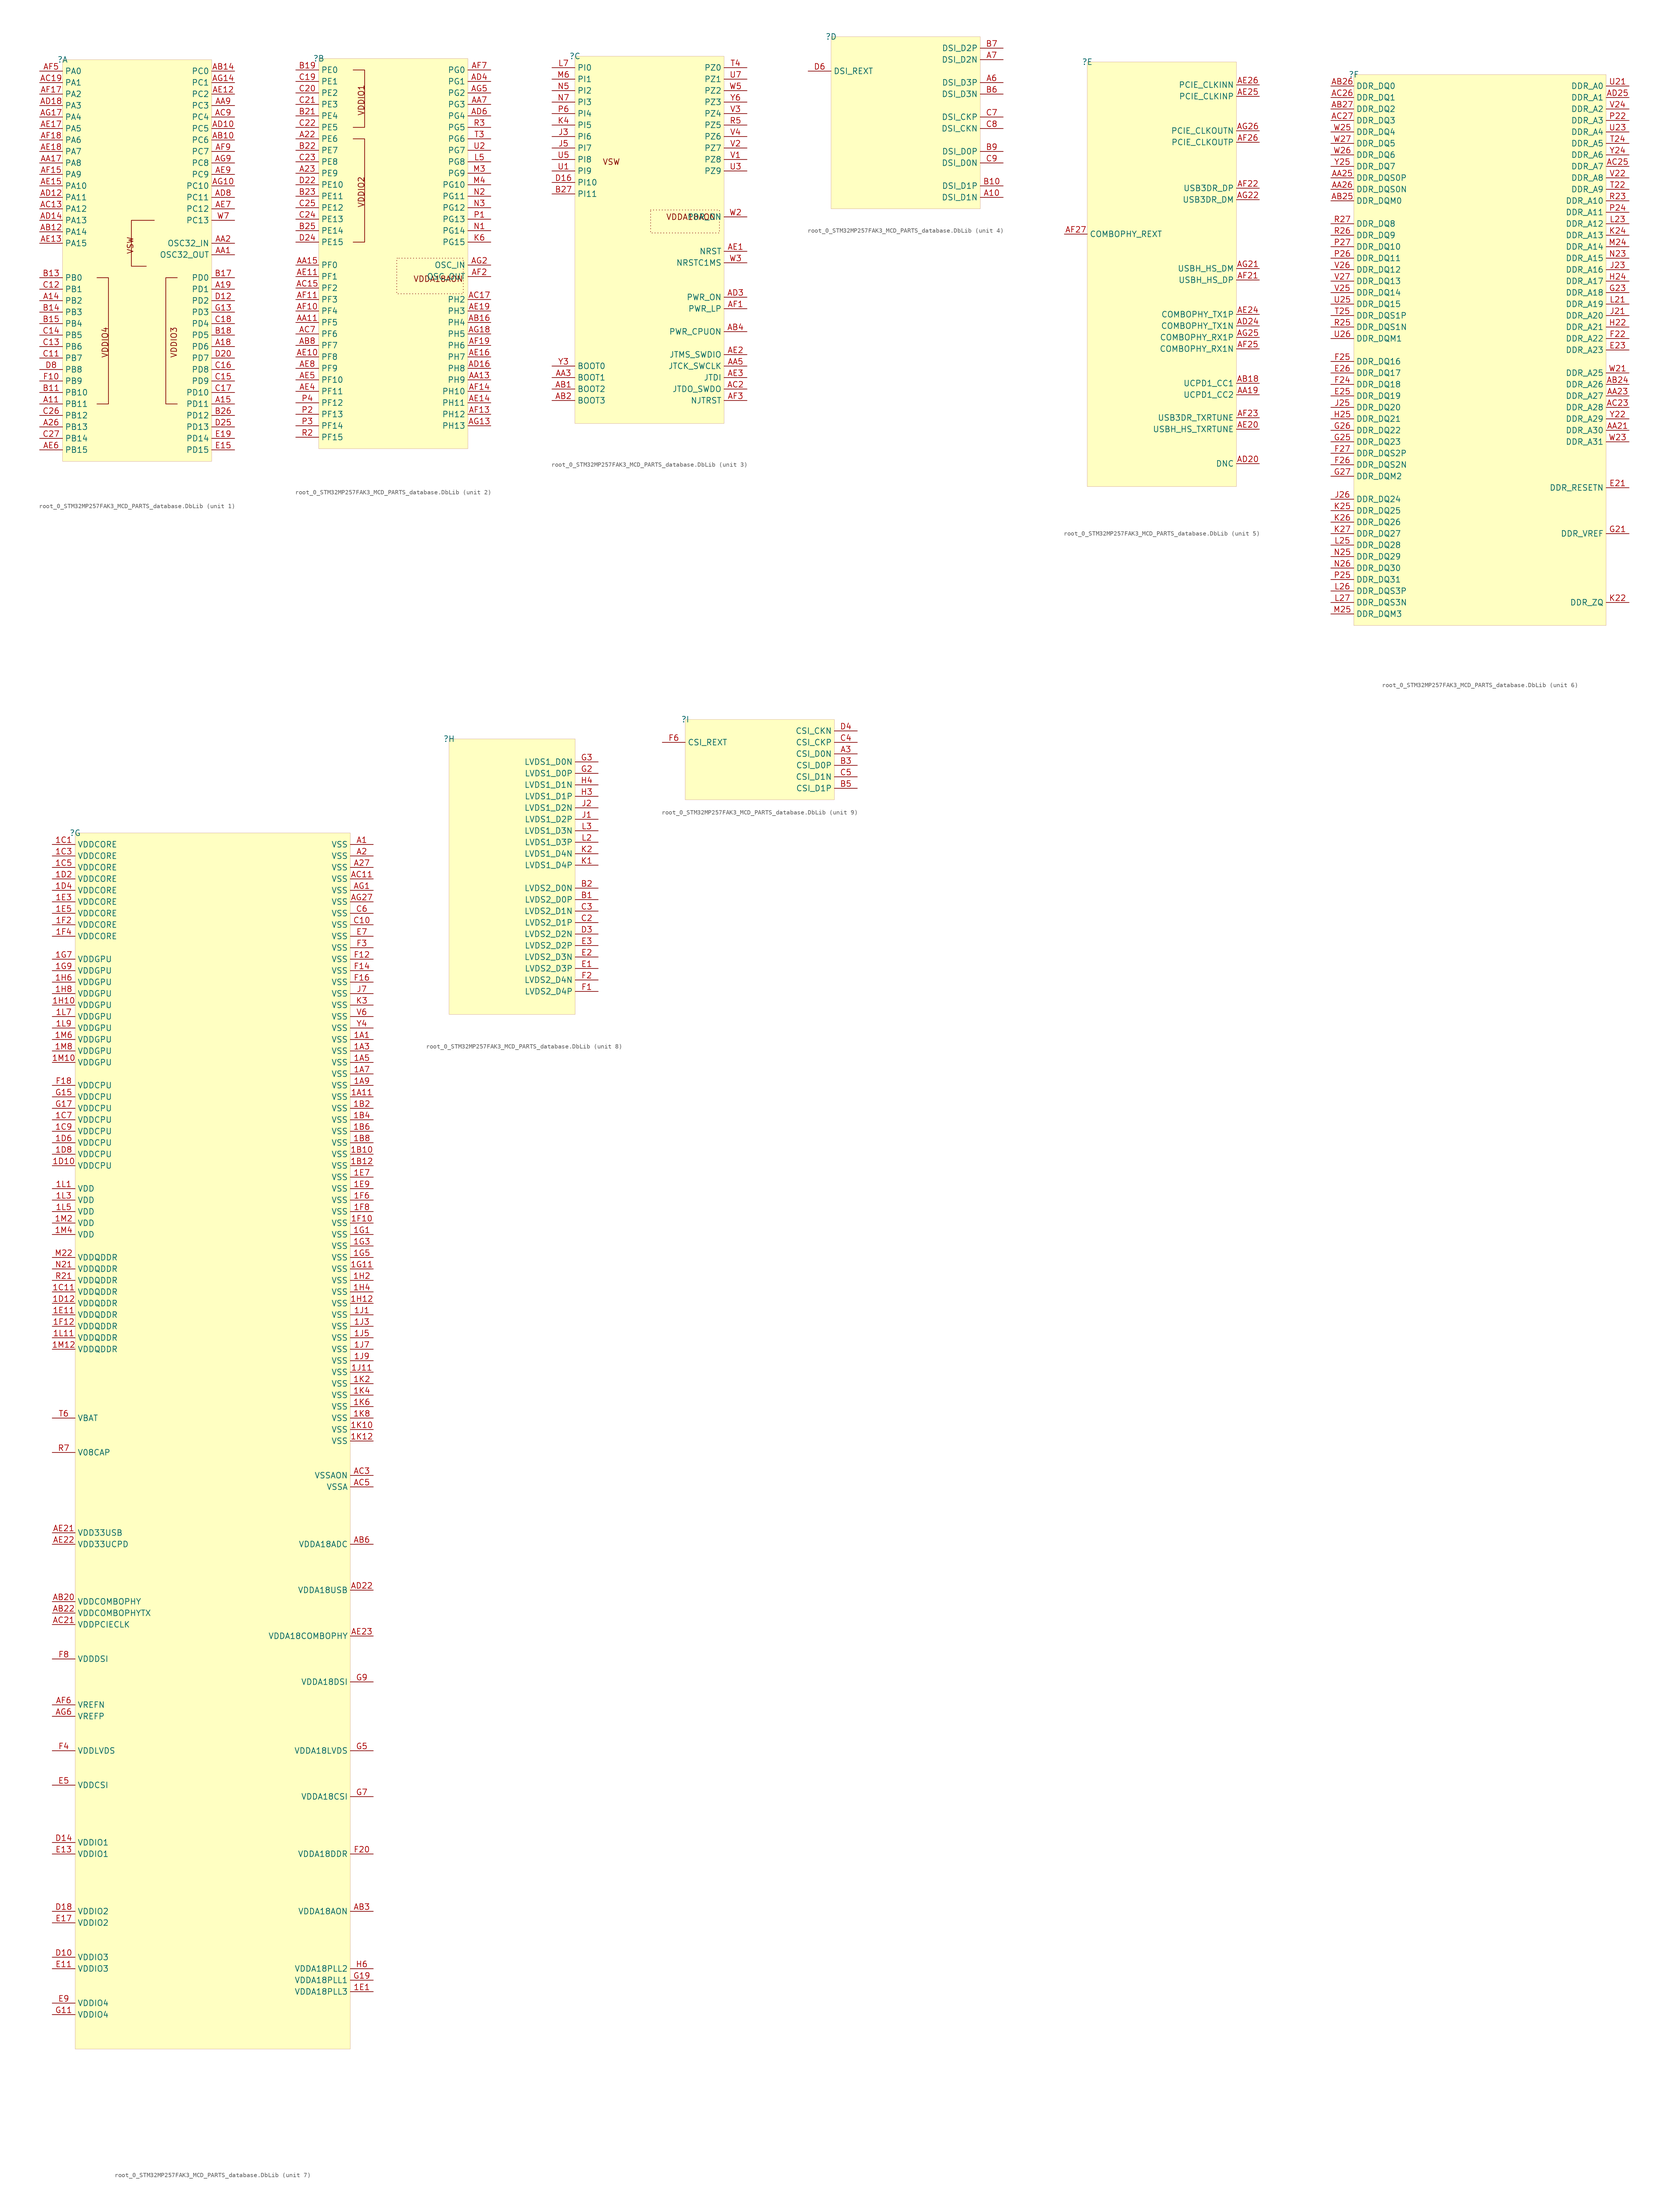
<source format=kicad_sym>
(kicad_symbol_lib
  (version 20241209)
  (generator "kicad_symbol_editor")
  (generator_version "9.0")
  (symbol "root_0_STM32MP257FAK3_MCD_PARTS_database.DbLib"
    (property "Reference" ""
      (at 0 0 0)
      (effects (font (size 1.27 1.27))))
    (property "Value" ""
      (at 0 0 0)
      (effects (font (size 1.27 1.27))))
    (symbol "root_0_STM32MP257FAK3_MCD_PARTS_database.DbLib_1_0"
      (polyline (pts (xy 7.62 -48.26) (xy 10.16 -48.26) (xy 10.16 -76.2) (xy 7.62 -76.2)) (stroke (width 0) (type solid)) (fill (type none)))
      (polyline (pts (xy 20.32 -35.56) (xy 15.24 -35.56) (xy 15.24 -45.72) (xy 18.542 -45.72)) (stroke (width 0) (type solid)) (fill (type none)))
      (polyline (pts (xy 25.4 -48.26) (xy 22.86 -48.26) (xy 22.86 -76.2) (xy 25.4 -76.2)) (stroke (width 0) (type solid)) (fill (type none)))
      (rectangle (start 33.02 0) (end 0 -88.9) (stroke (width 0.025) (type solid) (color 128 0 0 1)) (fill (type background)))
      (text "VDDIO4" (at 10.16 -66.04 900) (effects (font (size 1.27 1.27)) (justify left bottom)))
      (text "VSW" (at 15.748 -39.116 900) (effects (font (size 1.27 1.27)) (justify right bottom)))
      (text "VDDIO3" (at 25.4 -66.04 900) (effects (font (size 1.27 1.27)) (justify left bottom)))
      (pin passive line (at -5.08 -2.54 0) (length 5.08) (name "PA0" (effects (font (size 1.27 1.27)))) (number "AF5" (effects (font (size 1.27 1.27)))))
      (pin passive line (at -5.08 -5.08 0) (length 5.08) (name "PA1" (effects (font (size 1.27 1.27)))) (number "AC19" (effects (font (size 1.27 1.27)))))
      (pin passive line (at -5.08 -7.62 0) (length 5.08) (name "PA2" (effects (font (size 1.27 1.27)))) (number "AF17" (effects (font (size 1.27 1.27)))))
      (pin passive line (at -5.08 -10.16 0) (length 5.08) (name "PA3" (effects (font (size 1.27 1.27)))) (number "AD18" (effects (font (size 1.27 1.27)))))
      (pin passive line (at -5.08 -12.7 0) (length 5.08) (name "PA4" (effects (font (size 1.27 1.27)))) (number "AG17" (effects (font (size 1.27 1.27)))))
      (pin passive line (at -5.08 -15.24 0) (length 5.08) (name "PA5" (effects (font (size 1.27 1.27)))) (number "AE17" (effects (font (size 1.27 1.27)))))
      (pin passive line (at -5.08 -17.78 0) (length 5.08) (name "PA6" (effects (font (size 1.27 1.27)))) (number "AF18" (effects (font (size 1.27 1.27)))))
      (pin passive line (at -5.08 -20.32 0) (length 5.08) (name "PA7" (effects (font (size 1.27 1.27)))) (number "AE18" (effects (font (size 1.27 1.27)))))
      (pin passive line (at -5.08 -22.86 0) (length 5.08) (name "PA8" (effects (font (size 1.27 1.27)))) (number "AA17" (effects (font (size 1.27 1.27)))))
      (pin passive line (at -5.08 -25.4 0) (length 5.08) (name "PA9" (effects (font (size 1.27 1.27)))) (number "AF15" (effects (font (size 1.27 1.27)))))
      (pin passive line (at -5.08 -27.94 0) (length 5.08) (name "PA10" (effects (font (size 1.27 1.27)))) (number "AE15" (effects (font (size 1.27 1.27)))))
      (pin passive line (at -5.08 -30.48 0) (length 5.08) (name "PA11" (effects (font (size 1.27 1.27)))) (number "AD12" (effects (font (size 1.27 1.27)))))
      (pin passive line (at -5.08 -33.02 0) (length 5.08) (name "PA12" (effects (font (size 1.27 1.27)))) (number "AC13" (effects (font (size 1.27 1.27)))))
      (pin passive line (at -5.08 -35.56 0) (length 5.08) (name "PA13" (effects (font (size 1.27 1.27)))) (number "AD14" (effects (font (size 1.27 1.27)))))
      (pin passive line (at -5.08 -38.1 0) (length 5.08) (name "PA14" (effects (font (size 1.27 1.27)))) (number "AB12" (effects (font (size 1.27 1.27)))))
      (pin passive line (at -5.08 -40.64 0) (length 5.08) (name "PA15" (effects (font (size 1.27 1.27)))) (number "AE13" (effects (font (size 1.27 1.27)))))
      (pin passive line (at -5.08 -48.26 0) (length 5.08) (name "PB0" (effects (font (size 1.27 1.27)))) (number "B13" (effects (font (size 1.27 1.27)))))
      (pin passive line (at -5.08 -50.8 0) (length 5.08) (name "PB1" (effects (font (size 1.27 1.27)))) (number "C12" (effects (font (size 1.27 1.27)))))
      (pin passive line (at -5.08 -53.34 0) (length 5.08) (name "PB2" (effects (font (size 1.27 1.27)))) (number "A14" (effects (font (size 1.27 1.27)))))
      (pin passive line (at -5.08 -55.88 0) (length 5.08) (name "PB3" (effects (font (size 1.27 1.27)))) (number "B14" (effects (font (size 1.27 1.27)))))
      (pin passive line (at -5.08 -58.42 0) (length 5.08) (name "PB4" (effects (font (size 1.27 1.27)))) (number "B15" (effects (font (size 1.27 1.27)))))
      (pin passive line (at -5.08 -60.96 0) (length 5.08) (name "PB5" (effects (font (size 1.27 1.27)))) (number "C14" (effects (font (size 1.27 1.27)))))
      (pin passive line (at -5.08 -63.5 0) (length 5.08) (name "PB6" (effects (font (size 1.27 1.27)))) (number "C13" (effects (font (size 1.27 1.27)))))
      (pin passive line (at -5.08 -66.04 0) (length 5.08) (name "PB7" (effects (font (size 1.27 1.27)))) (number "C11" (effects (font (size 1.27 1.27)))))
      (pin passive line (at -5.08 -68.58 0) (length 5.08) (name "PB8" (effects (font (size 1.27 1.27)))) (number "D8" (effects (font (size 1.27 1.27)))))
      (pin passive line (at -5.08 -71.12 0) (length 5.08) (name "PB9" (effects (font (size 1.27 1.27)))) (number "F10" (effects (font (size 1.27 1.27)))))
      (pin passive line (at -5.08 -73.66 0) (length 5.08) (name "PB10" (effects (font (size 1.27 1.27)))) (number "B11" (effects (font (size 1.27 1.27)))))
      (pin passive line (at -5.08 -76.2 0) (length 5.08) (name "PB11" (effects (font (size 1.27 1.27)))) (number "A11" (effects (font (size 1.27 1.27)))))
      (pin passive line (at -5.08 -78.74 0) (length 5.08) (name "PB12" (effects (font (size 1.27 1.27)))) (number "C26" (effects (font (size 1.27 1.27)))))
      (pin passive line (at -5.08 -81.28 0) (length 5.08) (name "PB13" (effects (font (size 1.27 1.27)))) (number "A26" (effects (font (size 1.27 1.27)))))
      (pin passive line (at -5.08 -83.82 0) (length 5.08) (name "PB14" (effects (font (size 1.27 1.27)))) (number "C27" (effects (font (size 1.27 1.27)))))
      (pin passive line (at -5.08 -86.36 0) (length 5.08) (name "PB15" (effects (font (size 1.27 1.27)))) (number "AE6" (effects (font (size 1.27 1.27)))))
      (pin passive line (at 38.1 -2.54 180) (length 5.08) (name "PC0" (effects (font (size 1.27 1.27)))) (number "AB14" (effects (font (size 1.27 1.27)))))
      (pin passive line (at 38.1 -5.08 180) (length 5.08) (name "PC1" (effects (font (size 1.27 1.27)))) (number "AG14" (effects (font (size 1.27 1.27)))))
      (pin passive line (at 38.1 -7.62 180) (length 5.08) (name "PC2" (effects (font (size 1.27 1.27)))) (number "AE12" (effects (font (size 1.27 1.27)))))
      (pin passive line (at 38.1 -10.16 180) (length 5.08) (name "PC3" (effects (font (size 1.27 1.27)))) (number "AA9" (effects (font (size 1.27 1.27)))))
      (pin passive line (at 38.1 -12.7 180) (length 5.08) (name "PC4" (effects (font (size 1.27 1.27)))) (number "AC9" (effects (font (size 1.27 1.27)))))
      (pin passive line (at 38.1 -15.24 180) (length 5.08) (name "PC5" (effects (font (size 1.27 1.27)))) (number "AD10" (effects (font (size 1.27 1.27)))))
      (pin passive line (at 38.1 -17.78 180) (length 5.08) (name "PC6" (effects (font (size 1.27 1.27)))) (number "AB10" (effects (font (size 1.27 1.27)))))
      (pin passive line (at 38.1 -20.32 180) (length 5.08) (name "PC7" (effects (font (size 1.27 1.27)))) (number "AF9" (effects (font (size 1.27 1.27)))))
      (pin passive line (at 38.1 -22.86 180) (length 5.08) (name "PC8" (effects (font (size 1.27 1.27)))) (number "AG9" (effects (font (size 1.27 1.27)))))
      (pin passive line (at 38.1 -25.4 180) (length 5.08) (name "PC9" (effects (font (size 1.27 1.27)))) (number "AE9" (effects (font (size 1.27 1.27)))))
      (pin passive line (at 38.1 -27.94 180) (length 5.08) (name "PC10" (effects (font (size 1.27 1.27)))) (number "AG10" (effects (font (size 1.27 1.27)))))
      (pin passive line (at 38.1 -30.48 180) (length 5.08) (name "PC11" (effects (font (size 1.27 1.27)))) (number "AD8" (effects (font (size 1.27 1.27)))))
      (pin passive line (at 38.1 -33.02 180) (length 5.08) (name "PC12" (effects (font (size 1.27 1.27)))) (number "AE7" (effects (font (size 1.27 1.27)))))
      (pin passive line (at 38.1 -35.56 180) (length 5.08) (name "PC13" (effects (font (size 1.27 1.27)))) (number "W7" (effects (font (size 1.27 1.27)))))
      (pin passive line (at 38.1 -40.64 180) (length 5.08) (name "OSC32_IN" (effects (font (size 1.27 1.27)))) (number "AA2" (effects (font (size 1.27 1.27)))))
      (pin passive line (at 38.1 -43.18 180) (length 5.08) (name "OSC32_OUT" (effects (font (size 1.27 1.27)))) (number "AA1" (effects (font (size 1.27 1.27)))))
      (pin passive line (at 38.1 -48.26 180) (length 5.08) (name "PD0" (effects (font (size 1.27 1.27)))) (number "B17" (effects (font (size 1.27 1.27)))))
      (pin passive line (at 38.1 -50.8 180) (length 5.08) (name "PD1" (effects (font (size 1.27 1.27)))) (number "A19" (effects (font (size 1.27 1.27)))))
      (pin passive line (at 38.1 -53.34 180) (length 5.08) (name "PD2" (effects (font (size 1.27 1.27)))) (number "D12" (effects (font (size 1.27 1.27)))))
      (pin passive line (at 38.1 -55.88 180) (length 5.08) (name "PD3" (effects (font (size 1.27 1.27)))) (number "G13" (effects (font (size 1.27 1.27)))))
      (pin passive line (at 38.1 -58.42 180) (length 5.08) (name "PD4" (effects (font (size 1.27 1.27)))) (number "C18" (effects (font (size 1.27 1.27)))))
      (pin passive line (at 38.1 -60.96 180) (length 5.08) (name "PD5" (effects (font (size 1.27 1.27)))) (number "B18" (effects (font (size 1.27 1.27)))))
      (pin passive line (at 38.1 -63.5 180) (length 5.08) (name "PD6" (effects (font (size 1.27 1.27)))) (number "A18" (effects (font (size 1.27 1.27)))))
      (pin passive line (at 38.1 -66.04 180) (length 5.08) (name "PD7" (effects (font (size 1.27 1.27)))) (number "D20" (effects (font (size 1.27 1.27)))))
      (pin passive line (at 38.1 -68.58 180) (length 5.08) (name "PD8" (effects (font (size 1.27 1.27)))) (number "C16" (effects (font (size 1.27 1.27)))))
      (pin passive line (at 38.1 -71.12 180) (length 5.08) (name "PD9" (effects (font (size 1.27 1.27)))) (number "C15" (effects (font (size 1.27 1.27)))))
      (pin passive line (at 38.1 -73.66 180) (length 5.08) (name "PD10" (effects (font (size 1.27 1.27)))) (number "C17" (effects (font (size 1.27 1.27)))))
      (pin passive line (at 38.1 -76.2 180) (length 5.08) (name "PD11" (effects (font (size 1.27 1.27)))) (number "A15" (effects (font (size 1.27 1.27)))))
      (pin passive line (at 38.1 -78.74 180) (length 5.08) (name "PD12" (effects (font (size 1.27 1.27)))) (number "B26" (effects (font (size 1.27 1.27)))))
      (pin passive line (at 38.1 -81.28 180) (length 5.08) (name "PD13" (effects (font (size 1.27 1.27)))) (number "D25" (effects (font (size 1.27 1.27)))))
      (pin passive line (at 38.1 -83.82 180) (length 5.08) (name "PD14" (effects (font (size 1.27 1.27)))) (number "E19" (effects (font (size 1.27 1.27)))))
      (pin passive line (at 38.1 -86.36 180) (length 5.08) (name "PD15" (effects (font (size 1.27 1.27)))) (number "E15" (effects (font (size 1.27 1.27))))))
    (symbol "root_0_STM32MP257FAK3_MCD_PARTS_database.DbLib_2_0"
      (polyline (pts (xy 7.62 -2.54) (xy 10.16 -2.54) (xy 10.16 -15.24) (xy 7.62 -15.24)) (stroke (width 0) (type solid)) (fill (type none)))
      (polyline (pts (xy 7.62 -17.78) (xy 10.16 -17.78) (xy 10.16 -40.64) (xy 7.62 -40.64)) (stroke (width 0) (type solid)) (fill (type none)))
      (polyline (pts (xy 17.78 -44.196) (xy 32.004 -44.196) (xy 32.004 -52.07) (xy 17.272 -52.07) (xy 17.272 -44.196) (xy 17.78 -44.196)) (stroke (width 0) (type dot)) (fill (type none)))
      (rectangle (start 33.02 0) (end 0 -86.36) (stroke (width 0.025) (type solid) (color 128 0 0 1)) (fill (type background)))
      (text "VDDIO1" (at 10.16 -12.7 900) (effects (font (size 1.27 1.27)) (justify left bottom)))
      (text "VDDIO2" (at 10.16 -33.02 900) (effects (font (size 1.27 1.27)) (justify left bottom)))
      (text "VDDA18AON" (at 32.004 -49.53 0) (effects (font (size 1.27 1.27)) (justify right bottom)))
      (pin passive line (at -5.08 -2.54 0) (length 5.08) (name "PE0" (effects (font (size 1.27 1.27)))) (number "B19" (effects (font (size 1.27 1.27)))))
      (pin passive line (at -5.08 -5.08 0) (length 5.08) (name "PE1" (effects (font (size 1.27 1.27)))) (number "C19" (effects (font (size 1.27 1.27)))))
      (pin passive line (at -5.08 -7.62 0) (length 5.08) (name "PE2" (effects (font (size 1.27 1.27)))) (number "C20" (effects (font (size 1.27 1.27)))))
      (pin passive line (at -5.08 -10.16 0) (length 5.08) (name "PE3" (effects (font (size 1.27 1.27)))) (number "C21" (effects (font (size 1.27 1.27)))))
      (pin passive line (at -5.08 -12.7 0) (length 5.08) (name "PE4" (effects (font (size 1.27 1.27)))) (number "B21" (effects (font (size 1.27 1.27)))))
      (pin passive line (at -5.08 -15.24 0) (length 5.08) (name "PE5" (effects (font (size 1.27 1.27)))) (number "C22" (effects (font (size 1.27 1.27)))))
      (pin passive line (at -5.08 -17.78 0) (length 5.08) (name "PE6" (effects (font (size 1.27 1.27)))) (number "A22" (effects (font (size 1.27 1.27)))))
      (pin passive line (at -5.08 -20.32 0) (length 5.08) (name "PE7" (effects (font (size 1.27 1.27)))) (number "B22" (effects (font (size 1.27 1.27)))))
      (pin passive line (at -5.08 -22.86 0) (length 5.08) (name "PE8" (effects (font (size 1.27 1.27)))) (number "C23" (effects (font (size 1.27 1.27)))))
      (pin passive line (at -5.08 -25.4 0) (length 5.08) (name "PE9" (effects (font (size 1.27 1.27)))) (number "A23" (effects (font (size 1.27 1.27)))))
      (pin passive line (at -5.08 -27.94 0) (length 5.08) (name "PE10" (effects (font (size 1.27 1.27)))) (number "D22" (effects (font (size 1.27 1.27)))))
      (pin passive line (at -5.08 -30.48 0) (length 5.08) (name "PE11" (effects (font (size 1.27 1.27)))) (number "B23" (effects (font (size 1.27 1.27)))))
      (pin passive line (at -5.08 -33.02 0) (length 5.08) (name "PE12" (effects (font (size 1.27 1.27)))) (number "C25" (effects (font (size 1.27 1.27)))))
      (pin passive line (at -5.08 -35.56 0) (length 5.08) (name "PE13" (effects (font (size 1.27 1.27)))) (number "C24" (effects (font (size 1.27 1.27)))))
      (pin passive line (at -5.08 -38.1 0) (length 5.08) (name "PE14" (effects (font (size 1.27 1.27)))) (number "B25" (effects (font (size 1.27 1.27)))))
      (pin passive line (at -5.08 -40.64 0) (length 5.08) (name "PE15" (effects (font (size 1.27 1.27)))) (number "D24" (effects (font (size 1.27 1.27)))))
      (pin passive line (at -5.08 -45.72 0) (length 5.08) (name "PF0" (effects (font (size 1.27 1.27)))) (number "AA15" (effects (font (size 1.27 1.27)))))
      (pin passive line (at -5.08 -48.26 0) (length 5.08) (name "PF1" (effects (font (size 1.27 1.27)))) (number "AE11" (effects (font (size 1.27 1.27)))))
      (pin passive line (at -5.08 -50.8 0) (length 5.08) (name "PF2" (effects (font (size 1.27 1.27)))) (number "AC15" (effects (font (size 1.27 1.27)))))
      (pin passive line (at -5.08 -53.34 0) (length 5.08) (name "PF3" (effects (font (size 1.27 1.27)))) (number "AF11" (effects (font (size 1.27 1.27)))))
      (pin passive line (at -5.08 -55.88 0) (length 5.08) (name "PF4" (effects (font (size 1.27 1.27)))) (number "AF10" (effects (font (size 1.27 1.27)))))
      (pin passive line (at -5.08 -58.42 0) (length 5.08) (name "PF5" (effects (font (size 1.27 1.27)))) (number "AA11" (effects (font (size 1.27 1.27)))))
      (pin passive line (at -5.08 -60.96 0) (length 5.08) (name "PF6" (effects (font (size 1.27 1.27)))) (number "AC7" (effects (font (size 1.27 1.27)))))
      (pin passive line (at -5.08 -63.5 0) (length 5.08) (name "PF7" (effects (font (size 1.27 1.27)))) (number "AB8" (effects (font (size 1.27 1.27)))))
      (pin passive line (at -5.08 -66.04 0) (length 5.08) (name "PF8" (effects (font (size 1.27 1.27)))) (number "AE10" (effects (font (size 1.27 1.27)))))
      (pin passive line (at -5.08 -68.58 0) (length 5.08) (name "PF9" (effects (font (size 1.27 1.27)))) (number "AE8" (effects (font (size 1.27 1.27)))))
      (pin passive line (at -5.08 -71.12 0) (length 5.08) (name "PF10" (effects (font (size 1.27 1.27)))) (number "AE5" (effects (font (size 1.27 1.27)))))
      (pin passive line (at -5.08 -73.66 0) (length 5.08) (name "PF11" (effects (font (size 1.27 1.27)))) (number "AE4" (effects (font (size 1.27 1.27)))))
      (pin passive line (at -5.08 -76.2 0) (length 5.08) (name "PF12" (effects (font (size 1.27 1.27)))) (number "P4" (effects (font (size 1.27 1.27)))))
      (pin passive line (at -5.08 -78.74 0) (length 5.08) (name "PF13" (effects (font (size 1.27 1.27)))) (number "P2" (effects (font (size 1.27 1.27)))))
      (pin passive line (at -5.08 -81.28 0) (length 5.08) (name "PF14" (effects (font (size 1.27 1.27)))) (number "P3" (effects (font (size 1.27 1.27)))))
      (pin passive line (at -5.08 -83.82 0) (length 5.08) (name "PF15" (effects (font (size 1.27 1.27)))) (number "R2" (effects (font (size 1.27 1.27)))))
      (pin passive line (at 38.1 -2.54 180) (length 5.08) (name "PG0" (effects (font (size 1.27 1.27)))) (number "AF7" (effects (font (size 1.27 1.27)))))
      (pin passive line (at 38.1 -5.08 180) (length 5.08) (name "PG1" (effects (font (size 1.27 1.27)))) (number "AD4" (effects (font (size 1.27 1.27)))))
      (pin passive line (at 38.1 -7.62 180) (length 5.08) (name "PG2" (effects (font (size 1.27 1.27)))) (number "AG5" (effects (font (size 1.27 1.27)))))
      (pin passive line (at 38.1 -10.16 180) (length 5.08) (name "PG3" (effects (font (size 1.27 1.27)))) (number "AA7" (effects (font (size 1.27 1.27)))))
      (pin passive line (at 38.1 -12.7 180) (length 5.08) (name "PG4" (effects (font (size 1.27 1.27)))) (number "AD6" (effects (font (size 1.27 1.27)))))
      (pin passive line (at 38.1 -15.24 180) (length 5.08) (name "PG5" (effects (font (size 1.27 1.27)))) (number "R3" (effects (font (size 1.27 1.27)))))
      (pin passive line (at 38.1 -17.78 180) (length 5.08) (name "PG6" (effects (font (size 1.27 1.27)))) (number "T3" (effects (font (size 1.27 1.27)))))
      (pin passive line (at 38.1 -20.32 180) (length 5.08) (name "PG7" (effects (font (size 1.27 1.27)))) (number "U2" (effects (font (size 1.27 1.27)))))
      (pin passive line (at 38.1 -22.86 180) (length 5.08) (name "PG8" (effects (font (size 1.27 1.27)))) (number "L5" (effects (font (size 1.27 1.27)))))
      (pin passive line (at 38.1 -25.4 180) (length 5.08) (name "PG9" (effects (font (size 1.27 1.27)))) (number "M3" (effects (font (size 1.27 1.27)))))
      (pin passive line (at 38.1 -27.94 180) (length 5.08) (name "PG10" (effects (font (size 1.27 1.27)))) (number "M4" (effects (font (size 1.27 1.27)))))
      (pin passive line (at 38.1 -30.48 180) (length 5.08) (name "PG11" (effects (font (size 1.27 1.27)))) (number "N2" (effects (font (size 1.27 1.27)))))
      (pin passive line (at 38.1 -33.02 180) (length 5.08) (name "PG12" (effects (font (size 1.27 1.27)))) (number "N3" (effects (font (size 1.27 1.27)))))
      (pin passive line (at 38.1 -35.56 180) (length 5.08) (name "PG13" (effects (font (size 1.27 1.27)))) (number "P1" (effects (font (size 1.27 1.27)))))
      (pin passive line (at 38.1 -38.1 180) (length 5.08) (name "PG14" (effects (font (size 1.27 1.27)))) (number "N1" (effects (font (size 1.27 1.27)))))
      (pin passive line (at 38.1 -40.64 180) (length 5.08) (name "PG15" (effects (font (size 1.27 1.27)))) (number "K6" (effects (font (size 1.27 1.27)))))
      (pin passive line (at 38.1 -45.72 180) (length 5.08) (name "OSC_IN" (effects (font (size 1.27 1.27)))) (number "AG2" (effects (font (size 1.27 1.27)))))
      (pin passive line (at 38.1 -48.26 180) (length 5.08) (name "OSC_OUT" (effects (font (size 1.27 1.27)))) (number "AF2" (effects (font (size 1.27 1.27)))))
      (pin passive line (at 38.1 -53.34 180) (length 5.08) (name "PH2" (effects (font (size 1.27 1.27)))) (number "AC17" (effects (font (size 1.27 1.27)))))
      (pin passive line (at 38.1 -55.88 180) (length 5.08) (name "PH3" (effects (font (size 1.27 1.27)))) (number "AE19" (effects (font (size 1.27 1.27)))))
      (pin passive line (at 38.1 -58.42 180) (length 5.08) (name "PH4" (effects (font (size 1.27 1.27)))) (number "AB16" (effects (font (size 1.27 1.27)))))
      (pin passive line (at 38.1 -60.96 180) (length 5.08) (name "PH5" (effects (font (size 1.27 1.27)))) (number "AG18" (effects (font (size 1.27 1.27)))))
      (pin passive line (at 38.1 -63.5 180) (length 5.08) (name "PH6" (effects (font (size 1.27 1.27)))) (number "AF19" (effects (font (size 1.27 1.27)))))
      (pin passive line (at 38.1 -66.04 180) (length 5.08) (name "PH7" (effects (font (size 1.27 1.27)))) (number "AE16" (effects (font (size 1.27 1.27)))))
      (pin passive line (at 38.1 -68.58 180) (length 5.08) (name "PH8" (effects (font (size 1.27 1.27)))) (number "AD16" (effects (font (size 1.27 1.27)))))
      (pin passive line (at 38.1 -71.12 180) (length 5.08) (name "PH9" (effects (font (size 1.27 1.27)))) (number "AA13" (effects (font (size 1.27 1.27)))))
      (pin passive line (at 38.1 -73.66 180) (length 5.08) (name "PH10" (effects (font (size 1.27 1.27)))) (number "AF14" (effects (font (size 1.27 1.27)))))
      (pin passive line (at 38.1 -76.2 180) (length 5.08) (name "PH11" (effects (font (size 1.27 1.27)))) (number "AE14" (effects (font (size 1.27 1.27)))))
      (pin passive line (at 38.1 -78.74 180) (length 5.08) (name "PH12" (effects (font (size 1.27 1.27)))) (number "AF13" (effects (font (size 1.27 1.27)))))
      (pin passive line (at 38.1 -81.28 180) (length 5.08) (name "PH13" (effects (font (size 1.27 1.27)))) (number "AG13" (effects (font (size 1.27 1.27))))))
    (symbol "root_0_STM32MP257FAK3_MCD_PARTS_database.DbLib_3_0"
      (polyline (pts (xy 16.764 -34.036) (xy 32.004 -34.036) (xy 32.004 -39.116) (xy 16.764 -39.116) (xy 16.764 -34.036)) (stroke (width 0) (type dot)) (fill (type none)))
      (rectangle (start 33.02 0) (end 0 -81.28) (stroke (width 0.025) (type solid) (color 128 0 0 1)) (fill (type background)))
      (text "VSW" (at 6.096 -24.13 0) (effects (font (size 1.27 1.27)) (justify left bottom)))
      (text "VDDA18AON" (at 31.242 -36.322 0) (effects (font (size 1.27 1.27)) (justify right bottom)))
      (pin passive line (at -5.08 -2.54 0) (length 5.08) (name "PI0" (effects (font (size 1.27 1.27)))) (number "L7" (effects (font (size 1.27 1.27)))))
      (pin passive line (at -5.08 -5.08 0) (length 5.08) (name "PI1" (effects (font (size 1.27 1.27)))) (number "M6" (effects (font (size 1.27 1.27)))))
      (pin passive line (at -5.08 -7.62 0) (length 5.08) (name "PI2" (effects (font (size 1.27 1.27)))) (number "N5" (effects (font (size 1.27 1.27)))))
      (pin passive line (at -5.08 -10.16 0) (length 5.08) (name "PI3" (effects (font (size 1.27 1.27)))) (number "N7" (effects (font (size 1.27 1.27)))))
      (pin passive line (at -5.08 -12.7 0) (length 5.08) (name "PI4" (effects (font (size 1.27 1.27)))) (number "P6" (effects (font (size 1.27 1.27)))))
      (pin passive line (at -5.08 -15.24 0) (length 5.08) (name "PI5" (effects (font (size 1.27 1.27)))) (number "K4" (effects (font (size 1.27 1.27)))))
      (pin passive line (at -5.08 -17.78 0) (length 5.08) (name "PI6" (effects (font (size 1.27 1.27)))) (number "J3" (effects (font (size 1.27 1.27)))))
      (pin passive line (at -5.08 -20.32 0) (length 5.08) (name "PI7" (effects (font (size 1.27 1.27)))) (number "J5" (effects (font (size 1.27 1.27)))))
      (pin passive line (at -5.08 -22.86 0) (length 5.08) (name "PI8" (effects (font (size 1.27 1.27)))) (number "U5" (effects (font (size 1.27 1.27)))))
      (pin passive line (at -5.08 -25.4 0) (length 5.08) (name "PI9" (effects (font (size 1.27 1.27)))) (number "U1" (effects (font (size 1.27 1.27)))))
      (pin passive line (at -5.08 -27.94 0) (length 5.08) (name "PI10" (effects (font (size 1.27 1.27)))) (number "D16" (effects (font (size 1.27 1.27)))))
      (pin passive line (at -5.08 -30.48 0) (length 5.08) (name "PI11" (effects (font (size 1.27 1.27)))) (number "B27" (effects (font (size 1.27 1.27)))))
      (pin passive line (at -5.08 -68.58 0) (length 5.08) (name "BOOT0" (effects (font (size 1.27 1.27)))) (number "Y3" (effects (font (size 1.27 1.27)))))
      (pin passive line (at -5.08 -71.12 0) (length 5.08) (name "BOOT1" (effects (font (size 1.27 1.27)))) (number "AA3" (effects (font (size 1.27 1.27)))))
      (pin passive line (at -5.08 -73.66 0) (length 5.08) (name "BOOT2" (effects (font (size 1.27 1.27)))) (number "AB1" (effects (font (size 1.27 1.27)))))
      (pin passive line (at -5.08 -76.2 0) (length 5.08) (name "BOOT3" (effects (font (size 1.27 1.27)))) (number "AB2" (effects (font (size 1.27 1.27)))))
      (pin passive line (at 38.1 -2.54 180) (length 5.08) (name "PZ0" (effects (font (size 1.27 1.27)))) (number "T4" (effects (font (size 1.27 1.27)))))
      (pin passive line (at 38.1 -5.08 180) (length 5.08) (name "PZ1" (effects (font (size 1.27 1.27)))) (number "U7" (effects (font (size 1.27 1.27)))))
      (pin passive line (at 38.1 -7.62 180) (length 5.08) (name "PZ2" (effects (font (size 1.27 1.27)))) (number "W5" (effects (font (size 1.27 1.27)))))
      (pin passive line (at 38.1 -10.16 180) (length 5.08) (name "PZ3" (effects (font (size 1.27 1.27)))) (number "Y6" (effects (font (size 1.27 1.27)))))
      (pin passive line (at 38.1 -12.7 180) (length 5.08) (name "PZ4" (effects (font (size 1.27 1.27)))) (number "V3" (effects (font (size 1.27 1.27)))))
      (pin passive line (at 38.1 -15.24 180) (length 5.08) (name "PZ5" (effects (font (size 1.27 1.27)))) (number "R5" (effects (font (size 1.27 1.27)))))
      (pin passive line (at 38.1 -17.78 180) (length 5.08) (name "PZ6" (effects (font (size 1.27 1.27)))) (number "V4" (effects (font (size 1.27 1.27)))))
      (pin passive line (at 38.1 -20.32 180) (length 5.08) (name "PZ7" (effects (font (size 1.27 1.27)))) (number "V2" (effects (font (size 1.27 1.27)))))
      (pin passive line (at 38.1 -22.86 180) (length 5.08) (name "PZ8" (effects (font (size 1.27 1.27)))) (number "V1" (effects (font (size 1.27 1.27)))))
      (pin passive line (at 38.1 -25.4 180) (length 5.08) (name "PZ9" (effects (font (size 1.27 1.27)))) (number "U3" (effects (font (size 1.27 1.27)))))
      (pin passive line (at 38.1 -35.56 180) (length 5.08) (name "PDR_ON" (effects (font (size 1.27 1.27)))) (number "W2" (effects (font (size 1.27 1.27)))))
      (pin passive line (at 38.1 -43.18 180) (length 5.08) (name "NRST" (effects (font (size 1.27 1.27)))) (number "AE1" (effects (font (size 1.27 1.27)))))
      (pin passive line (at 38.1 -45.72 180) (length 5.08) (name "NRSTC1MS" (effects (font (size 1.27 1.27)))) (number "W3" (effects (font (size 1.27 1.27)))))
      (pin passive line (at 38.1 -53.34 180) (length 5.08) (name "PWR_ON" (effects (font (size 1.27 1.27)))) (number "AD3" (effects (font (size 1.27 1.27)))))
      (pin passive line (at 38.1 -55.88 180) (length 5.08) (name "PWR_LP" (effects (font (size 1.27 1.27)))) (number "AF1" (effects (font (size 1.27 1.27)))))
      (pin passive line (at 38.1 -60.96 180) (length 5.08) (name "PWR_CPUON" (effects (font (size 1.27 1.27)))) (number "AB4" (effects (font (size 1.27 1.27)))))
      (pin passive line (at 38.1 -66.04 180) (length 5.08) (name "JTMS_SWDIO" (effects (font (size 1.27 1.27)))) (number "AE2" (effects (font (size 1.27 1.27)))))
      (pin passive line (at 38.1 -68.58 180) (length 5.08) (name "JTCK_SWCLK" (effects (font (size 1.27 1.27)))) (number "AA5" (effects (font (size 1.27 1.27)))))
      (pin passive line (at 38.1 -71.12 180) (length 5.08) (name "JTDI" (effects (font (size 1.27 1.27)))) (number "AE3" (effects (font (size 1.27 1.27)))))
      (pin passive line (at 38.1 -73.66 180) (length 5.08) (name "JTDO_SWDO" (effects (font (size 1.27 1.27)))) (number "AC2" (effects (font (size 1.27 1.27)))))
      (pin passive line (at 38.1 -76.2 180) (length 5.08) (name "NJTRST" (effects (font (size 1.27 1.27)))) (number "AF3" (effects (font (size 1.27 1.27))))))
    (symbol "root_0_STM32MP257FAK3_MCD_PARTS_database.DbLib_4_0"
      (rectangle (start 33.02 0) (end 0 -38.1) (stroke (width 0.025) (type solid) (color 128 0 0 1)) (fill (type background)))
      (pin passive line (at -5.08 -7.62 0) (length 5.08) (name "DSI_REXT" (effects (font (size 1.27 1.27)))) (number "D6" (effects (font (size 1.27 1.27)))))
      (pin passive line (at 38.1 -2.54 180) (length 5.08) (name "DSI_D2P" (effects (font (size 1.27 1.27)))) (number "B7" (effects (font (size 1.27 1.27)))))
      (pin passive line (at 38.1 -5.08 180) (length 5.08) (name "DSI_D2N" (effects (font (size 1.27 1.27)))) (number "A7" (effects (font (size 1.27 1.27)))))
      (pin passive line (at 38.1 -10.16 180) (length 5.08) (name "DSI_D3P" (effects (font (size 1.27 1.27)))) (number "A6" (effects (font (size 1.27 1.27)))))
      (pin passive line (at 38.1 -12.7 180) (length 5.08) (name "DSI_D3N" (effects (font (size 1.27 1.27)))) (number "B6" (effects (font (size 1.27 1.27)))))
      (pin passive line (at 38.1 -17.78 180) (length 5.08) (name "DSI_CKP" (effects (font (size 1.27 1.27)))) (number "C7" (effects (font (size 1.27 1.27)))))
      (pin passive line (at 38.1 -20.32 180) (length 5.08) (name "DSI_CKN" (effects (font (size 1.27 1.27)))) (number "C8" (effects (font (size 1.27 1.27)))))
      (pin passive line (at 38.1 -25.4 180) (length 5.08) (name "DSI_D0P" (effects (font (size 1.27 1.27)))) (number "B9" (effects (font (size 1.27 1.27)))))
      (pin passive line (at 38.1 -27.94 180) (length 5.08) (name "DSI_D0N" (effects (font (size 1.27 1.27)))) (number "C9" (effects (font (size 1.27 1.27)))))
      (pin passive line (at 38.1 -33.02 180) (length 5.08) (name "DSI_D1P" (effects (font (size 1.27 1.27)))) (number "B10" (effects (font (size 1.27 1.27)))))
      (pin passive line (at 38.1 -35.56 180) (length 5.08) (name "DSI_D1N" (effects (font (size 1.27 1.27)))) (number "A10" (effects (font (size 1.27 1.27))))))
    (symbol "root_0_STM32MP257FAK3_MCD_PARTS_database.DbLib_5_0"
      (rectangle (start 33.02 0) (end 0 -93.98) (stroke (width 0.025) (type solid) (color 128 0 0 1)) (fill (type background)))
      (pin passive line (at -5.08 -38.1 0) (length 5.08) (name "COMBOPHY_REXT" (effects (font (size 1.27 1.27)))) (number "AF27" (effects (font (size 1.27 1.27)))))
      (pin passive line (at 38.1 -5.08 180) (length 5.08) (name "PCIE_CLKINN" (effects (font (size 1.27 1.27)))) (number "AE26" (effects (font (size 1.27 1.27)))))
      (pin passive line (at 38.1 -7.62 180) (length 5.08) (name "PCIE_CLKINP" (effects (font (size 1.27 1.27)))) (number "AE25" (effects (font (size 1.27 1.27)))))
      (pin passive line (at 38.1 -15.24 180) (length 5.08) (name "PCIE_CLKOUTN" (effects (font (size 1.27 1.27)))) (number "AG26" (effects (font (size 1.27 1.27)))))
      (pin passive line (at 38.1 -17.78 180) (length 5.08) (name "PCIE_CLKOUTP" (effects (font (size 1.27 1.27)))) (number "AF26" (effects (font (size 1.27 1.27)))))
      (pin passive line (at 38.1 -27.94 180) (length 5.08) (name "USB3DR_DP" (effects (font (size 1.27 1.27)))) (number "AF22" (effects (font (size 1.27 1.27)))))
      (pin passive line (at 38.1 -30.48 180) (length 5.08) (name "USB3DR_DM" (effects (font (size 1.27 1.27)))) (number "AG22" (effects (font (size 1.27 1.27)))))
      (pin passive line (at 38.1 -45.72 180) (length 5.08) (name "USBH_HS_DM" (effects (font (size 1.27 1.27)))) (number "AG21" (effects (font (size 1.27 1.27)))))
      (pin passive line (at 38.1 -48.26 180) (length 5.08) (name "USBH_HS_DP" (effects (font (size 1.27 1.27)))) (number "AF21" (effects (font (size 1.27 1.27)))))
      (pin passive line (at 38.1 -55.88 180) (length 5.08) (name "COMBOPHY_TX1P" (effects (font (size 1.27 1.27)))) (number "AE24" (effects (font (size 1.27 1.27)))))
      (pin passive line (at 38.1 -58.42 180) (length 5.08) (name "COMBOPHY_TX1N" (effects (font (size 1.27 1.27)))) (number "AD24" (effects (font (size 1.27 1.27)))))
      (pin passive line (at 38.1 -60.96 180) (length 5.08) (name "COMBOPHY_RX1P" (effects (font (size 1.27 1.27)))) (number "AG25" (effects (font (size 1.27 1.27)))))
      (pin passive line (at 38.1 -63.5 180) (length 5.08) (name "COMBOPHY_RX1N" (effects (font (size 1.27 1.27)))) (number "AF25" (effects (font (size 1.27 1.27)))))
      (pin passive line (at 38.1 -71.12 180) (length 5.08) (name "UCPD1_CC1" (effects (font (size 1.27 1.27)))) (number "AB18" (effects (font (size 1.27 1.27)))))
      (pin passive line (at 38.1 -73.66 180) (length 5.08) (name "UCPD1_CC2" (effects (font (size 1.27 1.27)))) (number "AA19" (effects (font (size 1.27 1.27)))))
      (pin passive line (at 38.1 -78.74 180) (length 5.08) (name "USB3DR_TXRTUNE" (effects (font (size 1.27 1.27)))) (number "AF23" (effects (font (size 1.27 1.27)))))
      (pin passive line (at 38.1 -81.28 180) (length 5.08) (name "USBH_HS_TXRTUNE" (effects (font (size 1.27 1.27)))) (number "AE20" (effects (font (size 1.27 1.27)))))
      (pin passive line (at 38.1 -88.9 180) (length 5.08) (name "DNC" (effects (font (size 1.27 1.27)))) (number "AD20" (effects (font (size 1.27 1.27))))))
    (symbol "root_0_STM32MP257FAK3_MCD_PARTS_database.DbLib_6_0"
      (rectangle (start 55.88 0) (end 0 -121.92) (stroke (width 0.025) (type solid) (color 128 0 0 1)) (fill (type background)))
      (pin passive line (at -5.08 -2.54 0) (length 5.08) (name "DDR_DQ0" (effects (font (size 1.27 1.27)))) (number "AB26" (effects (font (size 1.27 1.27)))))
      (pin passive line (at -5.08 -5.08 0) (length 5.08) (name "DDR_DQ1" (effects (font (size 1.27 1.27)))) (number "AC26" (effects (font (size 1.27 1.27)))))
      (pin passive line (at -5.08 -7.62 0) (length 5.08) (name "DDR_DQ2" (effects (font (size 1.27 1.27)))) (number "AB27" (effects (font (size 1.27 1.27)))))
      (pin passive line (at -5.08 -10.16 0) (length 5.08) (name "DDR_DQ3" (effects (font (size 1.27 1.27)))) (number "AC27" (effects (font (size 1.27 1.27)))))
      (pin passive line (at -5.08 -12.7 0) (length 5.08) (name "DDR_DQ4" (effects (font (size 1.27 1.27)))) (number "W25" (effects (font (size 1.27 1.27)))))
      (pin passive line (at -5.08 -15.24 0) (length 5.08) (name "DDR_DQ5" (effects (font (size 1.27 1.27)))) (number "W27" (effects (font (size 1.27 1.27)))))
      (pin passive line (at -5.08 -17.78 0) (length 5.08) (name "DDR_DQ6" (effects (font (size 1.27 1.27)))) (number "W26" (effects (font (size 1.27 1.27)))))
      (pin passive line (at -5.08 -20.32 0) (length 5.08) (name "DDR_DQ7" (effects (font (size 1.27 1.27)))) (number "Y25" (effects (font (size 1.27 1.27)))))
      (pin passive line (at -5.08 -22.86 0) (length 5.08) (name "DDR_DQS0P" (effects (font (size 1.27 1.27)))) (number "AA25" (effects (font (size 1.27 1.27)))))
      (pin passive line (at -5.08 -25.4 0) (length 5.08) (name "DDR_DQS0N" (effects (font (size 1.27 1.27)))) (number "AA26" (effects (font (size 1.27 1.27)))))
      (pin passive line (at -5.08 -27.94 0) (length 5.08) (name "DDR_DQM0" (effects (font (size 1.27 1.27)))) (number "AB25" (effects (font (size 1.27 1.27)))))
      (pin passive line (at -5.08 -33.02 0) (length 5.08) (name "DDR_DQ8" (effects (font (size 1.27 1.27)))) (number "R27" (effects (font (size 1.27 1.27)))))
      (pin passive line (at -5.08 -35.56 0) (length 5.08) (name "DDR_DQ9" (effects (font (size 1.27 1.27)))) (number "R26" (effects (font (size 1.27 1.27)))))
      (pin passive line (at -5.08 -38.1 0) (length 5.08) (name "DDR_DQ10" (effects (font (size 1.27 1.27)))) (number "P27" (effects (font (size 1.27 1.27)))))
      (pin passive line (at -5.08 -40.64 0) (length 5.08) (name "DDR_DQ11" (effects (font (size 1.27 1.27)))) (number "P26" (effects (font (size 1.27 1.27)))))
      (pin passive line (at -5.08 -43.18 0) (length 5.08) (name "DDR_DQ12" (effects (font (size 1.27 1.27)))) (number "V26" (effects (font (size 1.27 1.27)))))
      (pin passive line (at -5.08 -45.72 0) (length 5.08) (name "DDR_DQ13" (effects (font (size 1.27 1.27)))) (number "V27" (effects (font (size 1.27 1.27)))))
      (pin passive line (at -5.08 -48.26 0) (length 5.08) (name "DDR_DQ14" (effects (font (size 1.27 1.27)))) (number "V25" (effects (font (size 1.27 1.27)))))
      (pin passive line (at -5.08 -50.8 0) (length 5.08) (name "DDR_DQ15" (effects (font (size 1.27 1.27)))) (number "U25" (effects (font (size 1.27 1.27)))))
      (pin passive line (at -5.08 -53.34 0) (length 5.08) (name "DDR_DQS1P" (effects (font (size 1.27 1.27)))) (number "T25" (effects (font (size 1.27 1.27)))))
      (pin passive line (at -5.08 -55.88 0) (length 5.08) (name "DDR_DQS1N" (effects (font (size 1.27 1.27)))) (number "R25" (effects (font (size 1.27 1.27)))))
      (pin passive line (at -5.08 -58.42 0) (length 5.08) (name "DDR_DQM1" (effects (font (size 1.27 1.27)))) (number "U26" (effects (font (size 1.27 1.27)))))
      (pin passive line (at -5.08 -63.5 0) (length 5.08) (name "DDR_DQ16" (effects (font (size 1.27 1.27)))) (number "F25" (effects (font (size 1.27 1.27)))))
      (pin passive line (at -5.08 -66.04 0) (length 5.08) (name "DDR_DQ17" (effects (font (size 1.27 1.27)))) (number "E26" (effects (font (size 1.27 1.27)))))
      (pin passive line (at -5.08 -68.58 0) (length 5.08) (name "DDR_DQ18" (effects (font (size 1.27 1.27)))) (number "F24" (effects (font (size 1.27 1.27)))))
      (pin passive line (at -5.08 -71.12 0) (length 5.08) (name "DDR_DQ19" (effects (font (size 1.27 1.27)))) (number "E25" (effects (font (size 1.27 1.27)))))
      (pin passive line (at -5.08 -73.66 0) (length 5.08) (name "DDR_DQ20" (effects (font (size 1.27 1.27)))) (number "J25" (effects (font (size 1.27 1.27)))))
      (pin passive line (at -5.08 -76.2 0) (length 5.08) (name "DDR_DQ21" (effects (font (size 1.27 1.27)))) (number "H25" (effects (font (size 1.27 1.27)))))
      (pin passive line (at -5.08 -78.74 0) (length 5.08) (name "DDR_DQ22" (effects (font (size 1.27 1.27)))) (number "G26" (effects (font (size 1.27 1.27)))))
      (pin passive line (at -5.08 -81.28 0) (length 5.08) (name "DDR_DQ23" (effects (font (size 1.27 1.27)))) (number "G25" (effects (font (size 1.27 1.27)))))
      (pin passive line (at -5.08 -83.82 0) (length 5.08) (name "DDR_DQS2P" (effects (font (size 1.27 1.27)))) (number "F27" (effects (font (size 1.27 1.27)))))
      (pin passive line (at -5.08 -86.36 0) (length 5.08) (name "DDR_DQS2N" (effects (font (size 1.27 1.27)))) (number "F26" (effects (font (size 1.27 1.27)))))
      (pin passive line (at -5.08 -88.9 0) (length 5.08) (name "DDR_DQM2" (effects (font (size 1.27 1.27)))) (number "G27" (effects (font (size 1.27 1.27)))))
      (pin passive line (at -5.08 -93.98 0) (length 5.08) (name "DDR_DQ24" (effects (font (size 1.27 1.27)))) (number "J26" (effects (font (size 1.27 1.27)))))
      (pin passive line (at -5.08 -96.52 0) (length 5.08) (name "DDR_DQ25" (effects (font (size 1.27 1.27)))) (number "K25" (effects (font (size 1.27 1.27)))))
      (pin passive line (at -5.08 -99.06 0) (length 5.08) (name "DDR_DQ26" (effects (font (size 1.27 1.27)))) (number "K26" (effects (font (size 1.27 1.27)))))
      (pin passive line (at -5.08 -101.6 0) (length 5.08) (name "DDR_DQ27" (effects (font (size 1.27 1.27)))) (number "K27" (effects (font (size 1.27 1.27)))))
      (pin passive line (at -5.08 -104.14 0) (length 5.08) (name "DDR_DQ28" (effects (font (size 1.27 1.27)))) (number "L25" (effects (font (size 1.27 1.27)))))
      (pin passive line (at -5.08 -106.68 0) (length 5.08) (name "DDR_DQ29" (effects (font (size 1.27 1.27)))) (number "N25" (effects (font (size 1.27 1.27)))))
      (pin passive line (at -5.08 -109.22 0) (length 5.08) (name "DDR_DQ30" (effects (font (size 1.27 1.27)))) (number "N26" (effects (font (size 1.27 1.27)))))
      (pin passive line (at -5.08 -111.76 0) (length 5.08) (name "DDR_DQ31" (effects (font (size 1.27 1.27)))) (number "P25" (effects (font (size 1.27 1.27)))))
      (pin passive line (at -5.08 -114.3 0) (length 5.08) (name "DDR_DQS3P" (effects (font (size 1.27 1.27)))) (number "L26" (effects (font (size 1.27 1.27)))))
      (pin passive line (at -5.08 -116.84 0) (length 5.08) (name "DDR_DQS3N" (effects (font (size 1.27 1.27)))) (number "L27" (effects (font (size 1.27 1.27)))))
      (pin passive line (at -5.08 -119.38 0) (length 5.08) (name "DDR_DQM3" (effects (font (size 1.27 1.27)))) (number "M25" (effects (font (size 1.27 1.27)))))
      (pin passive line (at 60.96 -2.54 180) (length 5.08) (name "DDR_A0" (effects (font (size 1.27 1.27)))) (number "U21" (effects (font (size 1.27 1.27)))))
      (pin passive line (at 60.96 -5.08 180) (length 5.08) (name "DDR_A1" (effects (font (size 1.27 1.27)))) (number "AD25" (effects (font (size 1.27 1.27)))))
      (pin passive line (at 60.96 -7.62 180) (length 5.08) (name "DDR_A2" (effects (font (size 1.27 1.27)))) (number "V24" (effects (font (size 1.27 1.27)))))
      (pin passive line (at 60.96 -10.16 180) (length 5.08) (name "DDR_A3" (effects (font (size 1.27 1.27)))) (number "P22" (effects (font (size 1.27 1.27)))))
      (pin passive line (at 60.96 -12.7 180) (length 5.08) (name "DDR_A4" (effects (font (size 1.27 1.27)))) (number "U23" (effects (font (size 1.27 1.27)))))
      (pin passive line (at 60.96 -15.24 180) (length 5.08) (name "DDR_A5" (effects (font (size 1.27 1.27)))) (number "T24" (effects (font (size 1.27 1.27)))))
      (pin passive line (at 60.96 -17.78 180) (length 5.08) (name "DDR_A6" (effects (font (size 1.27 1.27)))) (number "Y24" (effects (font (size 1.27 1.27)))))
      (pin passive line (at 60.96 -20.32 180) (length 5.08) (name "DDR_A7" (effects (font (size 1.27 1.27)))) (number "AC25" (effects (font (size 1.27 1.27)))))
      (pin passive line (at 60.96 -22.86 180) (length 5.08) (name "DDR_A8" (effects (font (size 1.27 1.27)))) (number "V22" (effects (font (size 1.27 1.27)))))
      (pin passive line (at 60.96 -25.4 180) (length 5.08) (name "DDR_A9" (effects (font (size 1.27 1.27)))) (number "T22" (effects (font (size 1.27 1.27)))))
      (pin passive line (at 60.96 -27.94 180) (length 5.08) (name "DDR_A10" (effects (font (size 1.27 1.27)))) (number "R23" (effects (font (size 1.27 1.27)))))
      (pin passive line (at 60.96 -30.48 180) (length 5.08) (name "DDR_A11" (effects (font (size 1.27 1.27)))) (number "P24" (effects (font (size 1.27 1.27)))))
      (pin passive line (at 60.96 -33.02 180) (length 5.08) (name "DDR_A12" (effects (font (size 1.27 1.27)))) (number "L23" (effects (font (size 1.27 1.27)))))
      (pin passive line (at 60.96 -35.56 180) (length 5.08) (name "DDR_A13" (effects (font (size 1.27 1.27)))) (number "K24" (effects (font (size 1.27 1.27)))))
      (pin passive line (at 60.96 -38.1 180) (length 5.08) (name "DDR_A14" (effects (font (size 1.27 1.27)))) (number "M24" (effects (font (size 1.27 1.27)))))
      (pin passive line (at 60.96 -40.64 180) (length 5.08) (name "DDR_A15" (effects (font (size 1.27 1.27)))) (number "N23" (effects (font (size 1.27 1.27)))))
      (pin passive line (at 60.96 -43.18 180) (length 5.08) (name "DDR_A16" (effects (font (size 1.27 1.27)))) (number "J23" (effects (font (size 1.27 1.27)))))
      (pin passive line (at 60.96 -45.72 180) (length 5.08) (name "DDR_A17" (effects (font (size 1.27 1.27)))) (number "H24" (effects (font (size 1.27 1.27)))))
      (pin passive line (at 60.96 -48.26 180) (length 5.08) (name "DDR_A18" (effects (font (size 1.27 1.27)))) (number "G23" (effects (font (size 1.27 1.27)))))
      (pin passive line (at 60.96 -50.8 180) (length 5.08) (name "DDR_A19" (effects (font (size 1.27 1.27)))) (number "L21" (effects (font (size 1.27 1.27)))))
      (pin passive line (at 60.96 -53.34 180) (length 5.08) (name "DDR_A20" (effects (font (size 1.27 1.27)))) (number "J21" (effects (font (size 1.27 1.27)))))
      (pin passive line (at 60.96 -55.88 180) (length 5.08) (name "DDR_A21" (effects (font (size 1.27 1.27)))) (number "H22" (effects (font (size 1.27 1.27)))))
      (pin passive line (at 60.96 -58.42 180) (length 5.08) (name "DDR_A22" (effects (font (size 1.27 1.27)))) (number "F22" (effects (font (size 1.27 1.27)))))
      (pin passive line (at 60.96 -60.96 180) (length 5.08) (name "DDR_A23" (effects (font (size 1.27 1.27)))) (number "E23" (effects (font (size 1.27 1.27)))))
      (pin passive line (at 60.96 -66.04 180) (length 5.08) (name "DDR_A25" (effects (font (size 1.27 1.27)))) (number "W21" (effects (font (size 1.27 1.27)))))
      (pin passive line (at 60.96 -68.58 180) (length 5.08) (name "DDR_A26" (effects (font (size 1.27 1.27)))) (number "AB24" (effects (font (size 1.27 1.27)))))
      (pin passive line (at 60.96 -71.12 180) (length 5.08) (name "DDR_A27" (effects (font (size 1.27 1.27)))) (number "AA23" (effects (font (size 1.27 1.27)))))
      (pin passive line (at 60.96 -73.66 180) (length 5.08) (name "DDR_A28" (effects (font (size 1.27 1.27)))) (number "AC23" (effects (font (size 1.27 1.27)))))
      (pin passive line (at 60.96 -76.2 180) (length 5.08) (name "DDR_A29" (effects (font (size 1.27 1.27)))) (number "Y22" (effects (font (size 1.27 1.27)))))
      (pin passive line (at 60.96 -78.74 180) (length 5.08) (name "DDR_A30" (effects (font (size 1.27 1.27)))) (number "AA21" (effects (font (size 1.27 1.27)))))
      (pin passive line (at 60.96 -81.28 180) (length 5.08) (name "DDR_A31" (effects (font (size 1.27 1.27)))) (number "W23" (effects (font (size 1.27 1.27)))))
      (pin passive line (at 60.96 -91.44 180) (length 5.08) (name "DDR_RESETN" (effects (font (size 1.27 1.27)))) (number "E21" (effects (font (size 1.27 1.27)))))
      (pin passive line (at 60.96 -101.6 180) (length 5.08) (name "DDR_VREF" (effects (font (size 1.27 1.27)))) (number "G21" (effects (font (size 1.27 1.27)))))
      (pin passive line (at 60.96 -116.84 180) (length 5.08) (name "DDR_ZQ" (effects (font (size 1.27 1.27)))) (number "K22" (effects (font (size 1.27 1.27))))))
    (symbol "root_0_STM32MP257FAK3_MCD_PARTS_database.DbLib_7_0"
      (rectangle (start 60.96 0) (end 0 -269.24) (stroke (width 0.025) (type solid) (color 128 0 0 1)) (fill (type background)))
      (pin passive line (at -5.08 -2.54 0) (length 5.08) (name "VDDCORE" (effects (font (size 1.27 1.27)))) (number "1C1" (effects (font (size 1.27 1.27)))))
      (pin passive line (at -5.08 -5.08 0) (length 5.08) (name "VDDCORE" (effects (font (size 1.27 1.27)))) (number "1C3" (effects (font (size 1.27 1.27)))))
      (pin passive line (at -5.08 -7.62 0) (length 5.08) (name "VDDCORE" (effects (font (size 1.27 1.27)))) (number "1C5" (effects (font (size 1.27 1.27)))))
      (pin passive line (at -5.08 -10.16 0) (length 5.08) (name "VDDCORE" (effects (font (size 1.27 1.27)))) (number "1D2" (effects (font (size 1.27 1.27)))))
      (pin passive line (at -5.08 -12.7 0) (length 5.08) (name "VDDCORE" (effects (font (size 1.27 1.27)))) (number "1D4" (effects (font (size 1.27 1.27)))))
      (pin passive line (at -5.08 -15.24 0) (length 5.08) (name "VDDCORE" (effects (font (size 1.27 1.27)))) (number "1E3" (effects (font (size 1.27 1.27)))))
      (pin passive line (at -5.08 -17.78 0) (length 5.08) (name "VDDCORE" (effects (font (size 1.27 1.27)))) (number "1E5" (effects (font (size 1.27 1.27)))))
      (pin passive line (at -5.08 -20.32 0) (length 5.08) (name "VDDCORE" (effects (font (size 1.27 1.27)))) (number "1F2" (effects (font (size 1.27 1.27)))))
      (pin passive line (at -5.08 -22.86 0) (length 5.08) (name "VDDCORE" (effects (font (size 1.27 1.27)))) (number "1F4" (effects (font (size 1.27 1.27)))))
      (pin passive line (at -5.08 -27.94 0) (length 5.08) (name "VDDGPU" (effects (font (size 1.27 1.27)))) (number "1G7" (effects (font (size 1.27 1.27)))))
      (pin passive line (at -5.08 -30.48 0) (length 5.08) (name "VDDGPU" (effects (font (size 1.27 1.27)))) (number "1G9" (effects (font (size 1.27 1.27)))))
      (pin passive line (at -5.08 -33.02 0) (length 5.08) (name "VDDGPU" (effects (font (size 1.27 1.27)))) (number "1H6" (effects (font (size 1.27 1.27)))))
      (pin passive line (at -5.08 -35.56 0) (length 5.08) (name "VDDGPU" (effects (font (size 1.27 1.27)))) (number "1H8" (effects (font (size 1.27 1.27)))))
      (pin passive line (at -5.08 -38.1 0) (length 5.08) (name "VDDGPU" (effects (font (size 1.27 1.27)))) (number "1H10" (effects (font (size 1.27 1.27)))))
      (pin passive line (at -5.08 -40.64 0) (length 5.08) (name "VDDGPU" (effects (font (size 1.27 1.27)))) (number "1L7" (effects (font (size 1.27 1.27)))))
      (pin passive line (at -5.08 -43.18 0) (length 5.08) (name "VDDGPU" (effects (font (size 1.27 1.27)))) (number "1L9" (effects (font (size 1.27 1.27)))))
      (pin passive line (at -5.08 -45.72 0) (length 5.08) (name "VDDGPU" (effects (font (size 1.27 1.27)))) (number "1M6" (effects (font (size 1.27 1.27)))))
      (pin passive line (at -5.08 -48.26 0) (length 5.08) (name "VDDGPU" (effects (font (size 1.27 1.27)))) (number "1M8" (effects (font (size 1.27 1.27)))))
      (pin passive line (at -5.08 -50.8 0) (length 5.08) (name "VDDGPU" (effects (font (size 1.27 1.27)))) (number "1M10" (effects (font (size 1.27 1.27)))))
      (pin passive line (at -5.08 -55.88 0) (length 5.08) (name "VDDCPU" (effects (font (size 1.27 1.27)))) (number "F18" (effects (font (size 1.27 1.27)))))
      (pin passive line (at -5.08 -58.42 0) (length 5.08) (name "VDDCPU" (effects (font (size 1.27 1.27)))) (number "G15" (effects (font (size 1.27 1.27)))))
      (pin passive line (at -5.08 -60.96 0) (length 5.08) (name "VDDCPU" (effects (font (size 1.27 1.27)))) (number "G17" (effects (font (size 1.27 1.27)))))
      (pin passive line (at -5.08 -63.5 0) (length 5.08) (name "VDDCPU" (effects (font (size 1.27 1.27)))) (number "1C7" (effects (font (size 1.27 1.27)))))
      (pin passive line (at -5.08 -66.04 0) (length 5.08) (name "VDDCPU" (effects (font (size 1.27 1.27)))) (number "1C9" (effects (font (size 1.27 1.27)))))
      (pin passive line (at -5.08 -68.58 0) (length 5.08) (name "VDDCPU" (effects (font (size 1.27 1.27)))) (number "1D6" (effects (font (size 1.27 1.27)))))
      (pin passive line (at -5.08 -71.12 0) (length 5.08) (name "VDDCPU" (effects (font (size 1.27 1.27)))) (number "1D8" (effects (font (size 1.27 1.27)))))
      (pin passive line (at -5.08 -73.66 0) (length 5.08) (name "VDDCPU" (effects (font (size 1.27 1.27)))) (number "1D10" (effects (font (size 1.27 1.27)))))
      (pin passive line (at -5.08 -78.74 0) (length 5.08) (name "VDD" (effects (font (size 1.27 1.27)))) (number "1L1" (effects (font (size 1.27 1.27)))))
      (pin passive line (at -5.08 -81.28 0) (length 5.08) (name "VDD" (effects (font (size 1.27 1.27)))) (number "1L3" (effects (font (size 1.27 1.27)))))
      (pin passive line (at -5.08 -83.82 0) (length 5.08) (name "VDD" (effects (font (size 1.27 1.27)))) (number "1L5" (effects (font (size 1.27 1.27)))))
      (pin passive line (at -5.08 -86.36 0) (length 5.08) (name "VDD" (effects (font (size 1.27 1.27)))) (number "1M2" (effects (font (size 1.27 1.27)))))
      (pin passive line (at -5.08 -88.9 0) (length 5.08) (name "VDD" (effects (font (size 1.27 1.27)))) (number "1M4" (effects (font (size 1.27 1.27)))))
      (pin passive line (at -5.08 -93.98 0) (length 5.08) (name "VDDQDDR" (effects (font (size 1.27 1.27)))) (number "M22" (effects (font (size 1.27 1.27)))))
      (pin passive line (at -5.08 -96.52 0) (length 5.08) (name "VDDQDDR" (effects (font (size 1.27 1.27)))) (number "N21" (effects (font (size 1.27 1.27)))))
      (pin passive line (at -5.08 -99.06 0) (length 5.08) (name "VDDQDDR" (effects (font (size 1.27 1.27)))) (number "R21" (effects (font (size 1.27 1.27)))))
      (pin passive line (at -5.08 -101.6 0) (length 5.08) (name "VDDQDDR" (effects (font (size 1.27 1.27)))) (number "1C11" (effects (font (size 1.27 1.27)))))
      (pin passive line (at -5.08 -104.14 0) (length 5.08) (name "VDDQDDR" (effects (font (size 1.27 1.27)))) (number "1D12" (effects (font (size 1.27 1.27)))))
      (pin passive line (at -5.08 -106.68 0) (length 5.08) (name "VDDQDDR" (effects (font (size 1.27 1.27)))) (number "1E11" (effects (font (size 1.27 1.27)))))
      (pin passive line (at -5.08 -109.22 0) (length 5.08) (name "VDDQDDR" (effects (font (size 1.27 1.27)))) (number "1F12" (effects (font (size 1.27 1.27)))))
      (pin passive line (at -5.08 -111.76 0) (length 5.08) (name "VDDQDDR" (effects (font (size 1.27 1.27)))) (number "1L11" (effects (font (size 1.27 1.27)))))
      (pin passive line (at -5.08 -114.3 0) (length 5.08) (name "VDDQDDR" (effects (font (size 1.27 1.27)))) (number "1M12" (effects (font (size 1.27 1.27)))))
      (pin passive line (at -5.08 -129.54 0) (length 5.08) (name "VBAT" (effects (font (size 1.27 1.27)))) (number "T6" (effects (font (size 1.27 1.27)))))
      (pin passive line (at -5.08 -137.16 0) (length 5.08) (name "V08CAP" (effects (font (size 1.27 1.27)))) (number "R7" (effects (font (size 1.27 1.27)))))
      (pin passive line (at -5.08 -154.94 0) (length 5.08) (name "VDD33USB" (effects (font (size 1.27 1.27)))) (number "AE21" (effects (font (size 1.27 1.27)))))
      (pin passive line (at -5.08 -157.48 0) (length 5.08) (name "VDD33UCPD" (effects (font (size 1.27 1.27)))) (number "AE22" (effects (font (size 1.27 1.27)))))
      (pin passive line (at -5.08 -170.18 0) (length 5.08) (name "VDDCOMBOPHY" (effects (font (size 1.27 1.27)))) (number "AB20" (effects (font (size 1.27 1.27)))))
      (pin passive line (at -5.08 -172.72 0) (length 5.08) (name "VDDCOMBOPHYTX" (effects (font (size 1.27 1.27)))) (number "AB22" (effects (font (size 1.27 1.27)))))
      (pin passive line (at -5.08 -175.26 0) (length 5.08) (name "VDDPCIECLK" (effects (font (size 1.27 1.27)))) (number "AC21" (effects (font (size 1.27 1.27)))))
      (pin passive line (at -5.08 -182.88 0) (length 5.08) (name "VDDDSI" (effects (font (size 1.27 1.27)))) (number "F8" (effects (font (size 1.27 1.27)))))
      (pin passive line (at -5.08 -193.04 0) (length 5.08) (name "VREFN" (effects (font (size 1.27 1.27)))) (number "AF6" (effects (font (size 1.27 1.27)))))
      (pin passive line (at -5.08 -195.58 0) (length 5.08) (name "VREFP" (effects (font (size 1.27 1.27)))) (number "AG6" (effects (font (size 1.27 1.27)))))
      (pin passive line (at -5.08 -203.2 0) (length 5.08) (name "VDDLVDS" (effects (font (size 1.27 1.27)))) (number "F4" (effects (font (size 1.27 1.27)))))
      (pin passive line (at -5.08 -210.82 0) (length 5.08) (name "VDDCSI" (effects (font (size 1.27 1.27)))) (number "E5" (effects (font (size 1.27 1.27)))))
      (pin passive line (at -5.08 -223.52 0) (length 5.08) (name "VDDIO1" (effects (font (size 1.27 1.27)))) (number "D14" (effects (font (size 1.27 1.27)))))
      (pin passive line (at -5.08 -226.06 0) (length 5.08) (name "VDDIO1" (effects (font (size 1.27 1.27)))) (number "E13" (effects (font (size 1.27 1.27)))))
      (pin passive line (at -5.08 -238.76 0) (length 5.08) (name "VDDIO2" (effects (font (size 1.27 1.27)))) (number "D18" (effects (font (size 1.27 1.27)))))
      (pin passive line (at -5.08 -241.3 0) (length 5.08) (name "VDDIO2" (effects (font (size 1.27 1.27)))) (number "E17" (effects (font (size 1.27 1.27)))))
      (pin passive line (at -5.08 -248.92 0) (length 5.08) (name "VDDIO3" (effects (font (size 1.27 1.27)))) (number "D10" (effects (font (size 1.27 1.27)))))
      (pin passive line (at -5.08 -251.46 0) (length 5.08) (name "VDDIO3" (effects (font (size 1.27 1.27)))) (number "E11" (effects (font (size 1.27 1.27)))))
      (pin passive line (at -5.08 -259.08 0) (length 5.08) (name "VDDIO4" (effects (font (size 1.27 1.27)))) (number "E9" (effects (font (size 1.27 1.27)))))
      (pin passive line (at -5.08 -261.62 0) (length 5.08) (name "VDDIO4" (effects (font (size 1.27 1.27)))) (number "G11" (effects (font (size 1.27 1.27)))))
      (pin passive line (at 66.04 -2.54 180) (length 5.08) (name "VSS" (effects (font (size 1.27 1.27)))) (number "A1" (effects (font (size 1.27 1.27)))))
      (pin passive line (at 66.04 -5.08 180) (length 5.08) (name "VSS" (effects (font (size 1.27 1.27)))) (number "A2" (effects (font (size 1.27 1.27)))))
      (pin passive line (at 66.04 -7.62 180) (length 5.08) (name "VSS" (effects (font (size 1.27 1.27)))) (number "A27" (effects (font (size 1.27 1.27)))))
      (pin passive line (at 66.04 -10.16 180) (length 5.08) (name "VSS" (effects (font (size 1.27 1.27)))) (number "AC11" (effects (font (size 1.27 1.27)))))
      (pin passive line (at 66.04 -12.7 180) (length 5.08) (name "VSS" (effects (font (size 1.27 1.27)))) (number "AG1" (effects (font (size 1.27 1.27)))))
      (pin passive line (at 66.04 -15.24 180) (length 5.08) (name "VSS" (effects (font (size 1.27 1.27)))) (number "AG27" (effects (font (size 1.27 1.27)))))
      (pin passive line (at 66.04 -17.78 180) (length 5.08) (name "VSS" (effects (font (size 1.27 1.27)))) (number "C6" (effects (font (size 1.27 1.27)))))
      (pin passive line (at 66.04 -20.32 180) (length 5.08) (name "VSS" (effects (font (size 1.27 1.27)))) (number "C10" (effects (font (size 1.27 1.27)))))
      (pin passive line (at 66.04 -22.86 180) (length 5.08) (name "VSS" (effects (font (size 1.27 1.27)))) (number "E7" (effects (font (size 1.27 1.27)))))
      (pin passive line (at 66.04 -25.4 180) (length 5.08) (name "VSS" (effects (font (size 1.27 1.27)))) (number "F3" (effects (font (size 1.27 1.27)))))
      (pin passive line (at 66.04 -27.94 180) (length 5.08) (name "VSS" (effects (font (size 1.27 1.27)))) (number "F12" (effects (font (size 1.27 1.27)))))
      (pin passive line (at 66.04 -30.48 180) (length 5.08) (name "VSS" (effects (font (size 1.27 1.27)))) (number "F14" (effects (font (size 1.27 1.27)))))
      (pin passive line (at 66.04 -33.02 180) (length 5.08) (name "VSS" (effects (font (size 1.27 1.27)))) (number "F16" (effects (font (size 1.27 1.27)))))
      (pin passive line (at 66.04 -35.56 180) (length 5.08) (name "VSS" (effects (font (size 1.27 1.27)))) (number "J7" (effects (font (size 1.27 1.27)))))
      (pin passive line (at 66.04 -38.1 180) (length 5.08) (name "VSS" (effects (font (size 1.27 1.27)))) (number "K3" (effects (font (size 1.27 1.27)))))
      (pin passive line (at 66.04 -40.64 180) (length 5.08) (name "VSS" (effects (font (size 1.27 1.27)))) (number "V6" (effects (font (size 1.27 1.27)))))
      (pin passive line (at 66.04 -43.18 180) (length 5.08) (name "VSS" (effects (font (size 1.27 1.27)))) (number "Y4" (effects (font (size 1.27 1.27)))))
      (pin passive line (at 66.04 -45.72 180) (length 5.08) (name "VSS" (effects (font (size 1.27 1.27)))) (number "1A1" (effects (font (size 1.27 1.27)))))
      (pin passive line (at 66.04 -48.26 180) (length 5.08) (name "VSS" (effects (font (size 1.27 1.27)))) (number "1A3" (effects (font (size 1.27 1.27)))))
      (pin passive line (at 66.04 -50.8 180) (length 5.08) (name "VSS" (effects (font (size 1.27 1.27)))) (number "1A5" (effects (font (size 1.27 1.27)))))
      (pin passive line (at 66.04 -53.34 180) (length 5.08) (name "VSS" (effects (font (size 1.27 1.27)))) (number "1A7" (effects (font (size 1.27 1.27)))))
      (pin passive line (at 66.04 -55.88 180) (length 5.08) (name "VSS" (effects (font (size 1.27 1.27)))) (number "1A9" (effects (font (size 1.27 1.27)))))
      (pin passive line (at 66.04 -58.42 180) (length 5.08) (name "VSS" (effects (font (size 1.27 1.27)))) (number "1A11" (effects (font (size 1.27 1.27)))))
      (pin passive line (at 66.04 -60.96 180) (length 5.08) (name "VSS" (effects (font (size 1.27 1.27)))) (number "1B2" (effects (font (size 1.27 1.27)))))
      (pin passive line (at 66.04 -63.5 180) (length 5.08) (name "VSS" (effects (font (size 1.27 1.27)))) (number "1B4" (effects (font (size 1.27 1.27)))))
      (pin passive line (at 66.04 -66.04 180) (length 5.08) (name "VSS" (effects (font (size 1.27 1.27)))) (number "1B6" (effects (font (size 1.27 1.27)))))
      (pin passive line (at 66.04 -68.58 180) (length 5.08) (name "VSS" (effects (font (size 1.27 1.27)))) (number "1B8" (effects (font (size 1.27 1.27)))))
      (pin passive line (at 66.04 -71.12 180) (length 5.08) (name "VSS" (effects (font (size 1.27 1.27)))) (number "1B10" (effects (font (size 1.27 1.27)))))
      (pin passive line (at 66.04 -73.66 180) (length 5.08) (name "VSS" (effects (font (size 1.27 1.27)))) (number "1B12" (effects (font (size 1.27 1.27)))))
      (pin passive line (at 66.04 -76.2 180) (length 5.08) (name "VSS" (effects (font (size 1.27 1.27)))) (number "1E7" (effects (font (size 1.27 1.27)))))
      (pin passive line (at 66.04 -78.74 180) (length 5.08) (name "VSS" (effects (font (size 1.27 1.27)))) (number "1E9" (effects (font (size 1.27 1.27)))))
      (pin passive line (at 66.04 -81.28 180) (length 5.08) (name "VSS" (effects (font (size 1.27 1.27)))) (number "1F6" (effects (font (size 1.27 1.27)))))
      (pin passive line (at 66.04 -83.82 180) (length 5.08) (name "VSS" (effects (font (size 1.27 1.27)))) (number "1F8" (effects (font (size 1.27 1.27)))))
      (pin passive line (at 66.04 -86.36 180) (length 5.08) (name "VSS" (effects (font (size 1.27 1.27)))) (number "1F10" (effects (font (size 1.27 1.27)))))
      (pin passive line (at 66.04 -88.9 180) (length 5.08) (name "VSS" (effects (font (size 1.27 1.27)))) (number "1G1" (effects (font (size 1.27 1.27)))))
      (pin passive line (at 66.04 -91.44 180) (length 5.08) (name "VSS" (effects (font (size 1.27 1.27)))) (number "1G3" (effects (font (size 1.27 1.27)))))
      (pin passive line (at 66.04 -93.98 180) (length 5.08) (name "VSS" (effects (font (size 1.27 1.27)))) (number "1G5" (effects (font (size 1.27 1.27)))))
      (pin passive line (at 66.04 -96.52 180) (length 5.08) (name "VSS" (effects (font (size 1.27 1.27)))) (number "1G11" (effects (font (size 1.27 1.27)))))
      (pin passive line (at 66.04 -99.06 180) (length 5.08) (name "VSS" (effects (font (size 1.27 1.27)))) (number "1H2" (effects (font (size 1.27 1.27)))))
      (pin passive line (at 66.04 -101.6 180) (length 5.08) (name "VSS" (effects (font (size 1.27 1.27)))) (number "1H4" (effects (font (size 1.27 1.27)))))
      (pin passive line (at 66.04 -104.14 180) (length 5.08) (name "VSS" (effects (font (size 1.27 1.27)))) (number "1H12" (effects (font (size 1.27 1.27)))))
      (pin passive line (at 66.04 -106.68 180) (length 5.08) (name "VSS" (effects (font (size 1.27 1.27)))) (number "1J1" (effects (font (size 1.27 1.27)))))
      (pin passive line (at 66.04 -109.22 180) (length 5.08) (name "VSS" (effects (font (size 1.27 1.27)))) (number "1J3" (effects (font (size 1.27 1.27)))))
      (pin passive line (at 66.04 -111.76 180) (length 5.08) (name "VSS" (effects (font (size 1.27 1.27)))) (number "1J5" (effects (font (size 1.27 1.27)))))
      (pin passive line (at 66.04 -114.3 180) (length 5.08) (name "VSS" (effects (font (size 1.27 1.27)))) (number "1J7" (effects (font (size 1.27 1.27)))))
      (pin passive line (at 66.04 -116.84 180) (length 5.08) (name "VSS" (effects (font (size 1.27 1.27)))) (number "1J9" (effects (font (size 1.27 1.27)))))
      (pin passive line (at 66.04 -119.38 180) (length 5.08) (name "VSS" (effects (font (size 1.27 1.27)))) (number "1J11" (effects (font (size 1.27 1.27)))))
      (pin passive line (at 66.04 -121.92 180) (length 5.08) (name "VSS" (effects (font (size 1.27 1.27)))) (number "1K2" (effects (font (size 1.27 1.27)))))
      (pin passive line (at 66.04 -124.46 180) (length 5.08) (name "VSS" (effects (font (size 1.27 1.27)))) (number "1K4" (effects (font (size 1.27 1.27)))))
      (pin passive line (at 66.04 -127 180) (length 5.08) (name "VSS" (effects (font (size 1.27 1.27)))) (number "1K6" (effects (font (size 1.27 1.27)))))
      (pin passive line (at 66.04 -129.54 180) (length 5.08) (name "VSS" (effects (font (size 1.27 1.27)))) (number "1K8" (effects (font (size 1.27 1.27)))))
      (pin passive line (at 66.04 -132.08 180) (length 5.08) (name "VSS" (effects (font (size 1.27 1.27)))) (number "1K10" (effects (font (size 1.27 1.27)))))
      (pin passive line (at 66.04 -134.62 180) (length 5.08) (name "VSS" (effects (font (size 1.27 1.27)))) (number "1K12" (effects (font (size 1.27 1.27)))))
      (pin passive line (at 66.04 -142.24 180) (length 5.08) (name "VSSAON" (effects (font (size 1.27 1.27)))) (number "AC3" (effects (font (size 1.27 1.27)))))
      (pin passive line (at 66.04 -144.78 180) (length 5.08) (name "VSSA" (effects (font (size 1.27 1.27)))) (number "AC5" (effects (font (size 1.27 1.27)))))
      (pin passive line (at 66.04 -157.48 180) (length 5.08) (name "VDDA18ADC" (effects (font (size 1.27 1.27)))) (number "AB6" (effects (font (size 1.27 1.27)))))
      (pin passive line (at 66.04 -167.64 180) (length 5.08) (name "VDDA18USB" (effects (font (size 1.27 1.27)))) (number "AD22" (effects (font (size 1.27 1.27)))))
      (pin passive line (at 66.04 -177.8 180) (length 5.08) (name "VDDA18COMBOPHY" (effects (font (size 1.27 1.27)))) (number "AE23" (effects (font (size 1.27 1.27)))))
      (pin passive line (at 66.04 -187.96 180) (length 5.08) (name "VDDA18DSI" (effects (font (size 1.27 1.27)))) (number "G9" (effects (font (size 1.27 1.27)))))
      (pin passive line (at 66.04 -203.2 180) (length 5.08) (name "VDDA18LVDS" (effects (font (size 1.27 1.27)))) (number "G5" (effects (font (size 1.27 1.27)))))
      (pin passive line (at 66.04 -213.36 180) (length 5.08) (name "VDDA18CSI" (effects (font (size 1.27 1.27)))) (number "G7" (effects (font (size 1.27 1.27)))))
      (pin passive line (at 66.04 -226.06 180) (length 5.08) (name "VDDA18DDR" (effects (font (size 1.27 1.27)))) (number "F20" (effects (font (size 1.27 1.27)))))
      (pin passive line (at 66.04 -238.76 180) (length 5.08) (name "VDDA18AON" (effects (font (size 1.27 1.27)))) (number "AB3" (effects (font (size 1.27 1.27)))))
      (pin passive line (at 66.04 -251.46 180) (length 5.08) (name "VDDA18PLL2" (effects (font (size 1.27 1.27)))) (number "H6" (effects (font (size 1.27 1.27)))))
      (pin passive line (at 66.04 -254 180) (length 5.08) (name "VDDA18PLL1" (effects (font (size 1.27 1.27)))) (number "G19" (effects (font (size 1.27 1.27)))))
      (pin passive line (at 66.04 -256.54 180) (length 5.08) (name "VDDA18PLL3" (effects (font (size 1.27 1.27)))) (number "1E1" (effects (font (size 1.27 1.27))))))
    (symbol "root_0_STM32MP257FAK3_MCD_PARTS_database.DbLib_8_0"
      (rectangle (start 27.94 0) (end 0 -60.96) (stroke (width 0.025) (type solid) (color 128 0 0 1)) (fill (type background)))
      (pin passive line (at 33.02 -5.08 180) (length 5.08) (name "LVDS1_D0N" (effects (font (size 1.27 1.27)))) (number "G3" (effects (font (size 1.27 1.27)))))
      (pin passive line (at 33.02 -7.62 180) (length 5.08) (name "LVDS1_D0P" (effects (font (size 1.27 1.27)))) (number "G2" (effects (font (size 1.27 1.27)))))
      (pin passive line (at 33.02 -10.16 180) (length 5.08) (name "LVDS1_D1N" (effects (font (size 1.27 1.27)))) (number "H4" (effects (font (size 1.27 1.27)))))
      (pin passive line (at 33.02 -12.7 180) (length 5.08) (name "LVDS1_D1P" (effects (font (size 1.27 1.27)))) (number "H3" (effects (font (size 1.27 1.27)))))
      (pin passive line (at 33.02 -15.24 180) (length 5.08) (name "LVDS1_D2N" (effects (font (size 1.27 1.27)))) (number "J2" (effects (font (size 1.27 1.27)))))
      (pin passive line (at 33.02 -17.78 180) (length 5.08) (name "LVDS1_D2P" (effects (font (size 1.27 1.27)))) (number "J1" (effects (font (size 1.27 1.27)))))
      (pin passive line (at 33.02 -20.32 180) (length 5.08) (name "LVDS1_D3N" (effects (font (size 1.27 1.27)))) (number "L3" (effects (font (size 1.27 1.27)))))
      (pin passive line (at 33.02 -22.86 180) (length 5.08) (name "LVDS1_D3P" (effects (font (size 1.27 1.27)))) (number "L2" (effects (font (size 1.27 1.27)))))
      (pin passive line (at 33.02 -25.4 180) (length 5.08) (name "LVDS1_D4N" (effects (font (size 1.27 1.27)))) (number "K2" (effects (font (size 1.27 1.27)))))
      (pin passive line (at 33.02 -27.94 180) (length 5.08) (name "LVDS1_D4P" (effects (font (size 1.27 1.27)))) (number "K1" (effects (font (size 1.27 1.27)))))
      (pin passive line (at 33.02 -33.02 180) (length 5.08) (name "LVDS2_D0N" (effects (font (size 1.27 1.27)))) (number "B2" (effects (font (size 1.27 1.27)))))
      (pin passive line (at 33.02 -35.56 180) (length 5.08) (name "LVDS2_D0P" (effects (font (size 1.27 1.27)))) (number "B1" (effects (font (size 1.27 1.27)))))
      (pin passive line (at 33.02 -38.1 180) (length 5.08) (name "LVDS2_D1N" (effects (font (size 1.27 1.27)))) (number "C3" (effects (font (size 1.27 1.27)))))
      (pin passive line (at 33.02 -40.64 180) (length 5.08) (name "LVDS2_D1P" (effects (font (size 1.27 1.27)))) (number "C2" (effects (font (size 1.27 1.27)))))
      (pin passive line (at 33.02 -43.18 180) (length 5.08) (name "LVDS2_D2N" (effects (font (size 1.27 1.27)))) (number "D3" (effects (font (size 1.27 1.27)))))
      (pin passive line (at 33.02 -45.72 180) (length 5.08) (name "LVDS2_D2P" (effects (font (size 1.27 1.27)))) (number "E3" (effects (font (size 1.27 1.27)))))
      (pin passive line (at 33.02 -48.26 180) (length 5.08) (name "LVDS2_D3N" (effects (font (size 1.27 1.27)))) (number "E2" (effects (font (size 1.27 1.27)))))
      (pin passive line (at 33.02 -50.8 180) (length 5.08) (name "LVDS2_D3P" (effects (font (size 1.27 1.27)))) (number "E1" (effects (font (size 1.27 1.27)))))
      (pin passive line (at 33.02 -53.34 180) (length 5.08) (name "LVDS2_D4N" (effects (font (size 1.27 1.27)))) (number "F2" (effects (font (size 1.27 1.27)))))
      (pin passive line (at 33.02 -55.88 180) (length 5.08) (name "LVDS2_D4P" (effects (font (size 1.27 1.27)))) (number "F1" (effects (font (size 1.27 1.27))))))
    (symbol "root_0_STM32MP257FAK3_MCD_PARTS_database.DbLib_9_0"
      (rectangle (start 33.02 0) (end 0 -17.78) (stroke (width 0.025) (type solid) (color 128 0 0 1)) (fill (type background)))
      (pin passive line (at -5.08 -5.08 0) (length 5.08) (name "CSI_REXT" (effects (font (size 1.27 1.27)))) (number "F6" (effects (font (size 1.27 1.27)))))
      (pin passive line (at 38.1 -2.54 180) (length 5.08) (name "CSI_CKN" (effects (font (size 1.27 1.27)))) (number "D4" (effects (font (size 1.27 1.27)))))
      (pin passive line (at 38.1 -5.08 180) (length 5.08) (name "CSI_CKP" (effects (font (size 1.27 1.27)))) (number "C4" (effects (font (size 1.27 1.27)))))
      (pin passive line (at 38.1 -7.62 180) (length 5.08) (name "CSI_D0N" (effects (font (size 1.27 1.27)))) (number "A3" (effects (font (size 1.27 1.27)))))
      (pin passive line (at 38.1 -10.16 180) (length 5.08) (name "CSI_D0P" (effects (font (size 1.27 1.27)))) (number "B3" (effects (font (size 1.27 1.27)))))
      (pin passive line (at 38.1 -12.7 180) (length 5.08) (name "CSI_D1N" (effects (font (size 1.27 1.27)))) (number "C5" (effects (font (size 1.27 1.27)))))
      (pin passive line (at 38.1 -15.24 180) (length 5.08) (name "CSI_D1P" (effects (font (size 1.27 1.27)))) (number "B5" (effects (font (size 1.27 1.27))))))))
</source>
